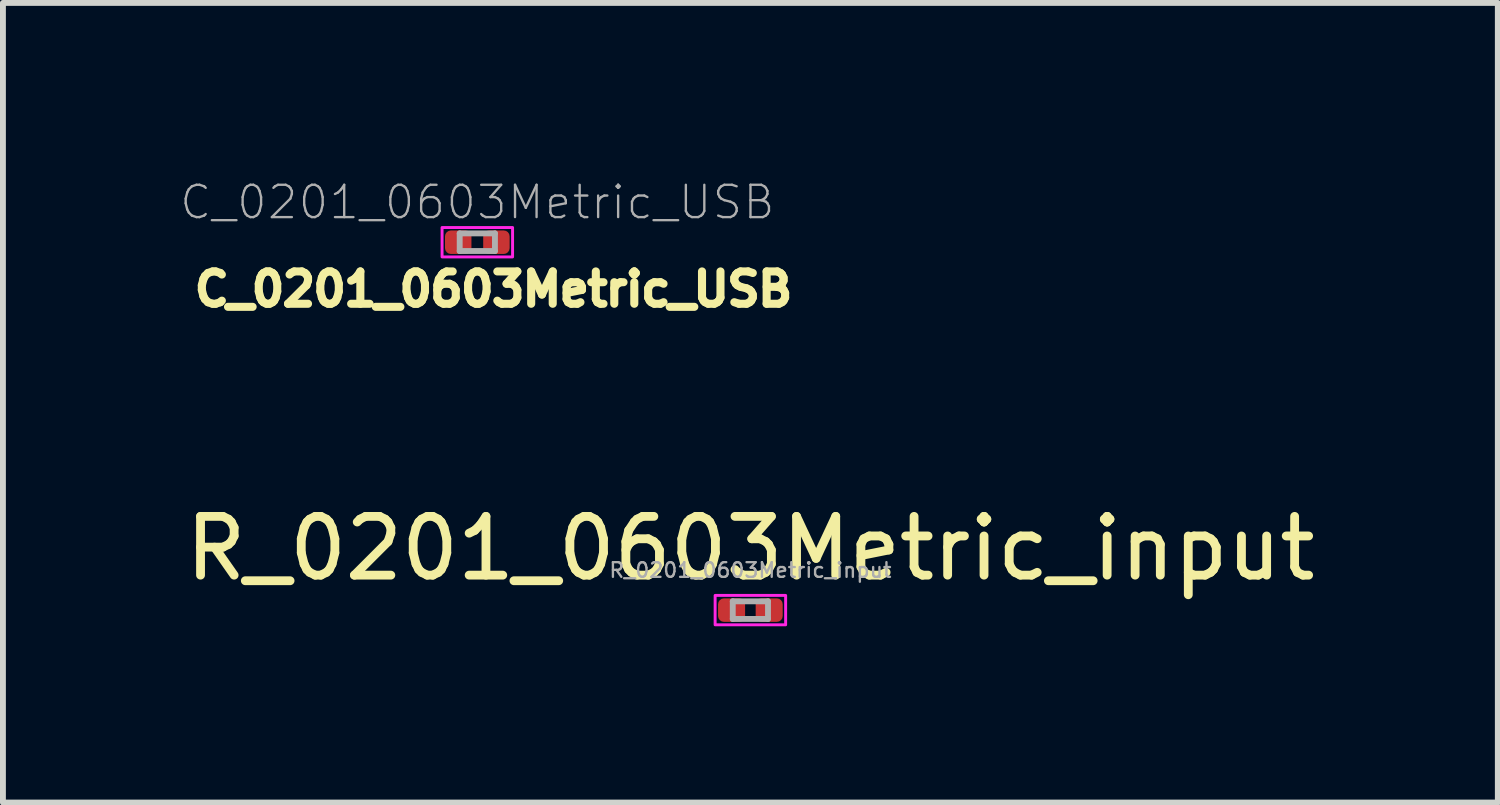
<source format=kicad_pcb>
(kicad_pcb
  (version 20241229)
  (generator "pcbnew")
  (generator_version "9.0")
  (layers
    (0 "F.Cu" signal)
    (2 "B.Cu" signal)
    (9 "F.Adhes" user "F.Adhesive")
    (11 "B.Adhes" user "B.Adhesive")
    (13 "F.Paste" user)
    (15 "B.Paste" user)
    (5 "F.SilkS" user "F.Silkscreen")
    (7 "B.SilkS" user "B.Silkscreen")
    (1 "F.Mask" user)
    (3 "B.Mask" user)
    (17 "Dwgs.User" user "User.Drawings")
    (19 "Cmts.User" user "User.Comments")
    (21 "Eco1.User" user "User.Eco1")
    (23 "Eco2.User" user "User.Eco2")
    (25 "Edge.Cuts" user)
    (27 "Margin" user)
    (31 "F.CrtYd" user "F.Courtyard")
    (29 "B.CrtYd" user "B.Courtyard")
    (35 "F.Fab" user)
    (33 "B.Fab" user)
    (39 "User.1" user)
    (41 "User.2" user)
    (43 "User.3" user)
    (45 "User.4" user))
  (footprint "R_0201_0603Metric_input"
    (layer "F.Cu")
    (at 9.72 7.333)
    (property "Reference" "R_0201_0603Metric_input" (at 0 -1.05 0) (layer "F.SilkS") (effects (font (size 1 1) (thickness 0.15))))
    (attr smd)
    (fp_rect (start -0.6 -0.25) (end 0.6 0.25) (stroke (width 0.05) (type default)) (fill no) (layer "F.CrtYd"))
    (fp_line (start -0.3 -0.15) (end 0.3 -0.15) (stroke (width 0.1) (type solid)) (layer "F.Fab"))
    (fp_line (start -0.3 0.15) (end -0.3 -0.15) (stroke (width 0.1) (type solid)) (layer "F.Fab"))
    (fp_line (start 0.3 -0.15) (end 0.3 0.15) (stroke (width 0.1) (type solid)) (layer "F.Fab"))
    (fp_line (start 0.3 0.15) (end -0.3 0.15) (stroke (width 0.1) (type solid)) (layer "F.Fab"))
    (fp_text user "${REFERENCE}" (at 0 -0.68 0) (layer "F.Fab") (effects (font (size 0.25 0.25) (thickness 0.04))))
    (pad "" smd roundrect (at -0.345 0) (size 0.318 0.36) (layers "F.Paste") (roundrect_rratio 0.25))
    (pad "" smd roundrect (at 0.345 0) (size 0.318 0.36) (layers "F.Paste") (roundrect_rratio 0.25))
    (pad "1" smd roundrect (at -0.32 0) (size 0.46 0.4) (layers "F.Cu" "F.Mask") (roundrect_rratio 0.25))
    (pad "2" smd roundrect (at 0.32 0) (size 0.46 0.4) (layers "F.Cu" "F.Mask") (roundrect_rratio 0.25)))
  (footprint "C_0201_0603Metric_USB"
    (layer "F.Cu")
    (at 5.073 1.072)
    (property "Reference" "C_0201_0603Metric_USB" (at 0.275 0.8 0) (layer "F.SilkS") (effects (font (size 0.55 0.55) (thickness 0.138))))
    (attr smd)
    (fp_rect (start -0.6 -0.25) (end 0.6 0.25) (stroke (width 0.05) (type default)) (fill no) (layer "F.CrtYd"))
    (fp_line (start -0.3 -0.15) (end 0.3 -0.15) (stroke (width 0.1) (type solid)) (layer "F.Fab"))
    (fp_line (start -0.3 0.15) (end -0.3 -0.15) (stroke (width 0.1) (type solid)) (layer "F.Fab"))
    (fp_line (start 0.3 -0.15) (end 0.3 0.15) (stroke (width 0.1) (type solid)) (layer "F.Fab"))
    (fp_line (start 0.3 0.15) (end -0.3 0.15) (stroke (width 0.1) (type solid)) (layer "F.Fab"))
    (fp_text user "${REFERENCE}" (at 0 -0.68 0) (layer "F.Fab") (effects (font (size 0.55 0.55) (thickness 0.04))))
    (pad "" smd roundrect (at -0.345 0) (size 0.318 0.36) (layers "F.Paste") (roundrect_rratio 0.25))
    (pad "" smd roundrect (at 0.345 0) (size 0.318 0.36) (layers "F.Paste") (roundrect_rratio 0.25))
    (pad "1" smd roundrect (at -0.325 0) (size 0.45 0.4) (layers "F.Cu" "F.Mask") (roundrect_rratio 0.25))
    (pad "2" smd roundrect (at 0.325 0) (size 0.45 0.4) (layers "F.Cu" "F.Mask") (roundrect_rratio 0.25)))
  (gr_rect
    (start -3 -3)
    (end 22.44 10.608)
    (stroke (width 0.1) (type default))
    (fill no)
    (layer "Edge.Cuts")))
</source>
